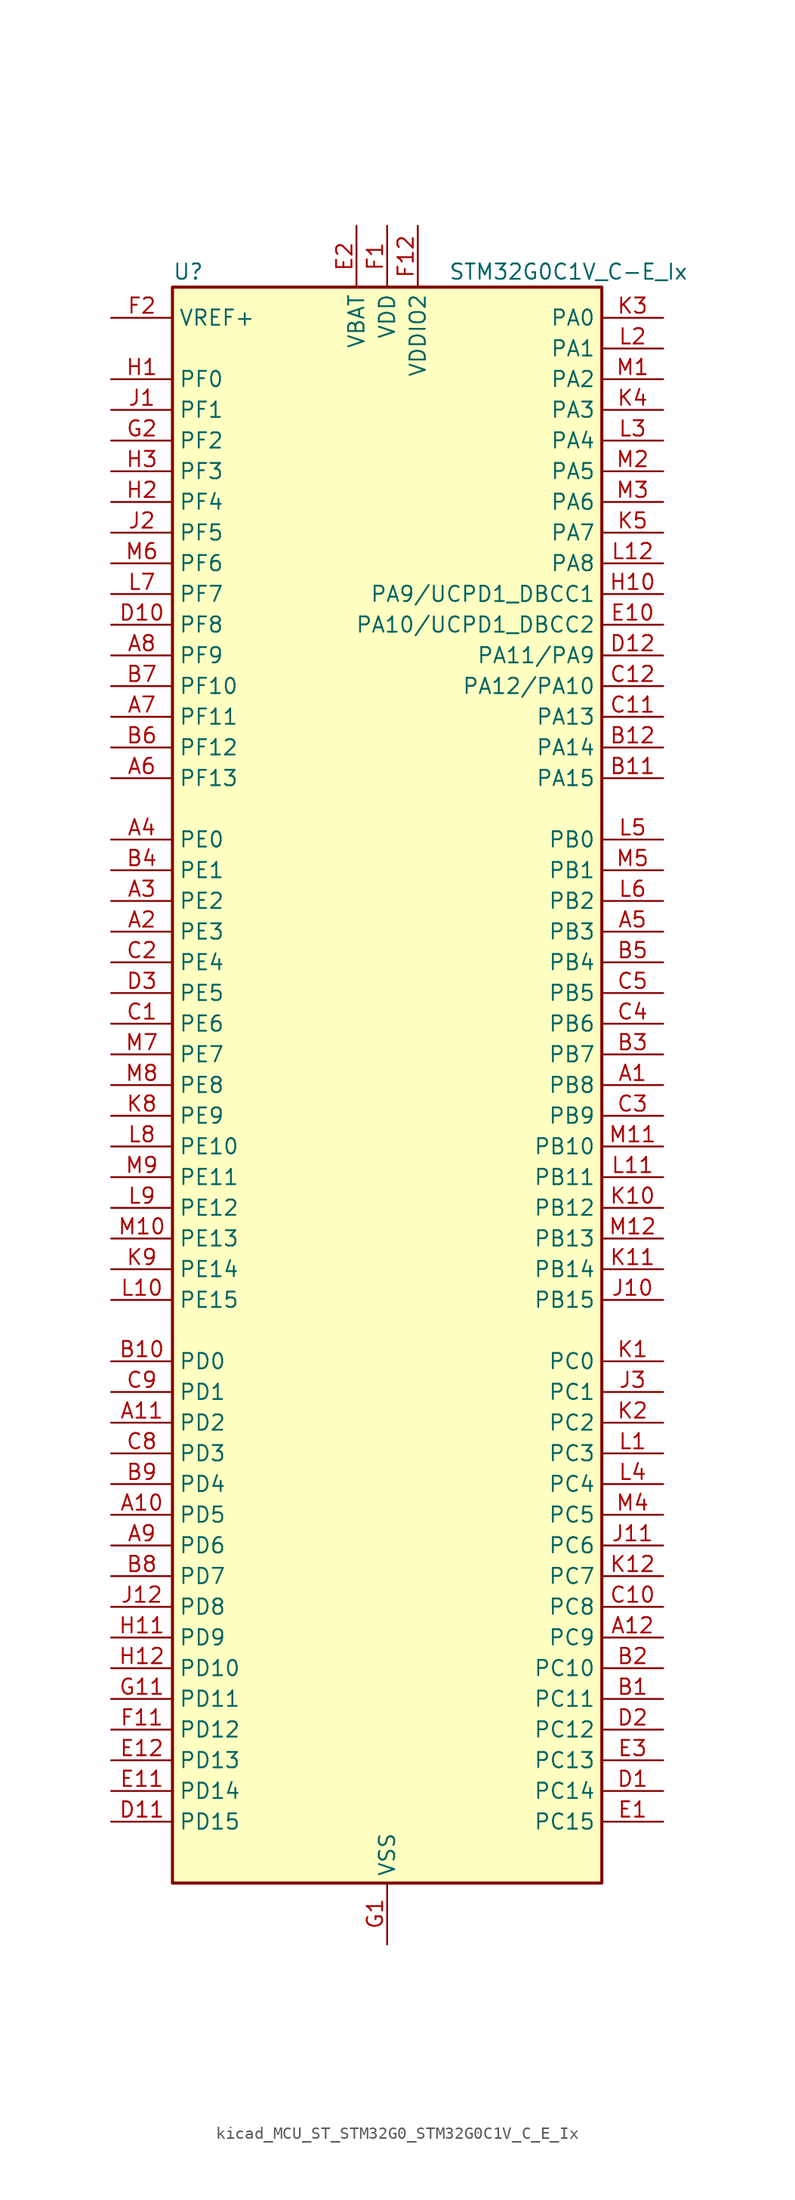
<source format=kicad_sym>
(kicad_symbol_lib
  (version 20220914)
  (generator kicad_symbol_editor)
  (symbol "kicad_MCU_ST_STM32G0_STM32G0C1V_C_E_Ix"
    (property "Reference" "U"
      (at -17.78 67.31 0)
      (effects (font (size 1.27 1.27)) (justify left)))
    (property "Value" "STM32G0C1V_C-E_Ix"
      (at 5.08 67.31 0)
      (effects (font (size 1.27 1.27)) (justify left)))
    (property "ki_locked" ""
      (at 0 0 0)
      (effects (font (size 1.27 1.27))))
    (symbol "kicad_MCU_ST_STM32G0_STM32G0C1V_C_E_Ix_0_1"
      (rectangle (start -17.78 -66.04) (end 17.78 66.04) (stroke (width 0.254) (type default)) (fill (type background))))
    (symbol "kicad_MCU_ST_STM32G0_STM32G0C1V_C_E_Ix_1_1"
      (pin bidirectional line (at 22.86 0 180) (length 5.08) (name "PB8" (effects (font (size 1.27 1.27)))) (number "A1" (effects (font (size 1.27 1.27)))) (alternate "CEC" bidirectional line) (alternate "FDCAN1_RX" bidirectional line) (alternate "I2C1_SCL" bidirectional line) (alternate "I2S2_CK" bidirectional line) (alternate "SPI2_SCK" bidirectional line) (alternate "TIM15_BK" bidirectional line) (alternate "TIM16_CH1" bidirectional line) (alternate "TIM4_CH3" bidirectional line) (alternate "USART3_TX" bidirectional line) (alternate "USART6_TX" bidirectional line))
      (pin bidirectional line (at -22.86 -35.56 0) (length 5.08) (name "PD5" (effects (font (size 1.27 1.27)))) (number "A10" (effects (font (size 1.27 1.27)))) (alternate "I2S1_MCK" bidirectional line) (alternate "SPI1_MISO" bidirectional line) (alternate "TIM1_BK" bidirectional line) (alternate "USART2_TX" bidirectional line) (alternate "USART5_CTS" bidirectional line) (alternate "USART5_NSS" bidirectional line))
      (pin bidirectional line (at -22.86 -27.94 0) (length 5.08) (name "PD2" (effects (font (size 1.27 1.27)))) (number "A11" (effects (font (size 1.27 1.27)))) (alternate "TIM1_CH1N" bidirectional line) (alternate "TIM3_ETR" bidirectional line) (alternate "UCPD2_CC2" bidirectional line) (alternate "USART3_CK" bidirectional line) (alternate "USART3_DE" bidirectional line) (alternate "USART3_RTS" bidirectional line) (alternate "USART5_RX" bidirectional line))
      (pin bidirectional line (at 22.86 -45.72 180) (length 5.08) (name "PC9" (effects (font (size 1.27 1.27)))) (number "A12" (effects (font (size 1.27 1.27)))) (alternate "DAC1_EXTI9" bidirectional line) (alternate "I2S_CKIN" bidirectional line) (alternate "LPUART2_DE" bidirectional line) (alternate "LPUART2_RTS" bidirectional line) (alternate "TIM1_CH2" bidirectional line) (alternate "TIM3_CH4" bidirectional line) (alternate "USB_NOE" bidirectional line))
      (pin bidirectional line (at -22.86 12.7 0) (length 5.08) (name "PE3" (effects (font (size 1.27 1.27)))) (number "A2" (effects (font (size 1.27 1.27)))) (alternate "TIM3_CH1" bidirectional line))
      (pin bidirectional line (at -22.86 15.24 0) (length 5.08) (name "PE2" (effects (font (size 1.27 1.27)))) (number "A3" (effects (font (size 1.27 1.27)))) (alternate "TIM3_ETR" bidirectional line))
      (pin bidirectional line (at -22.86 20.32 0) (length 5.08) (name "PE0" (effects (font (size 1.27 1.27)))) (number "A4" (effects (font (size 1.27 1.27)))) (alternate "TIM16_CH1" bidirectional line) (alternate "TIM4_ETR" bidirectional line))
      (pin bidirectional line (at 22.86 12.7 180) (length 5.08) (name "PB3" (effects (font (size 1.27 1.27)))) (number "A5" (effects (font (size 1.27 1.27)))) (alternate "COMP2_INM" bidirectional line) (alternate "I2C2_SCL" bidirectional line) (alternate "I2C3_SCL" bidirectional line) (alternate "I2S1_CK" bidirectional line) (alternate "SPI1_SCK" bidirectional line) (alternate "SPI3_SCK" bidirectional line) (alternate "TIM1_CH2" bidirectional line) (alternate "TIM2_CH2" bidirectional line) (alternate "USART1_CK" bidirectional line) (alternate "USART1_DE" bidirectional line) (alternate "USART1_RTS" bidirectional line) (alternate "USART5_TX" bidirectional line))
      (pin bidirectional line (at -22.86 25.4 0) (length 5.08) (name "PF13" (effects (font (size 1.27 1.27)))) (number "A6" (effects (font (size 1.27 1.27)))) (alternate "TIM15_CH2" bidirectional line))
      (pin bidirectional line (at -22.86 30.48 0) (length 5.08) (name "PF11" (effects (font (size 1.27 1.27)))) (number "A7" (effects (font (size 1.27 1.27)))) (alternate "ADC1_EXTI11" bidirectional line) (alternate "USART6_CK" bidirectional line) (alternate "USART6_DE" bidirectional line) (alternate "USART6_RTS" bidirectional line))
      (pin bidirectional line (at -22.86 35.56 0) (length 5.08) (name "PF9" (effects (font (size 1.27 1.27)))) (number "A8" (effects (font (size 1.27 1.27)))) (alternate "DAC1_EXTI9" bidirectional line) (alternate "USART6_TX" bidirectional line))
      (pin bidirectional line (at -22.86 -38.1 0) (length 5.08) (name "PD6" (effects (font (size 1.27 1.27)))) (number "A9" (effects (font (size 1.27 1.27)))) (alternate "I2S1_SD" bidirectional line) (alternate "LPTIM2_OUT" bidirectional line) (alternate "SPI1_MOSI" bidirectional line) (alternate "USART2_RX" bidirectional line))
      (pin bidirectional line (at 22.86 -50.8 180) (length 5.08) (name "PC11" (effects (font (size 1.27 1.27)))) (number "B1" (effects (font (size 1.27 1.27)))) (alternate "ADC1_EXTI11" bidirectional line) (alternate "SPI3_MISO" bidirectional line) (alternate "TIM1_CH4" bidirectional line) (alternate "USART3_RX" bidirectional line) (alternate "USART4_RX" bidirectional line))
      (pin bidirectional line (at -22.86 -22.86 0) (length 5.08) (name "PD0" (effects (font (size 1.27 1.27)))) (number "B10" (effects (font (size 1.27 1.27)))) (alternate "FDCAN1_RX" bidirectional line) (alternate "I2S2_WS" bidirectional line) (alternate "SPI2_NSS" bidirectional line) (alternate "TIM16_CH1" bidirectional line) (alternate "UCPD2_CC1" bidirectional line))
      (pin bidirectional line (at 22.86 25.4 180) (length 5.08) (name "PA15" (effects (font (size 1.27 1.27)))) (number "B11" (effects (font (size 1.27 1.27)))) (alternate "I2C2_SMBA" bidirectional line) (alternate "I2S1_WS" bidirectional line) (alternate "RCC_MCO_2" bidirectional line) (alternate "SPI1_NSS" bidirectional line) (alternate "SPI3_NSS" bidirectional line) (alternate "TIM2_CH1" bidirectional line) (alternate "TIM2_ETR" bidirectional line) (alternate "USART2_RX" bidirectional line) (alternate "USART3_CK" bidirectional line) (alternate "USART3_DE" bidirectional line) (alternate "USART3_RTS" bidirectional line) (alternate "USART4_CK" bidirectional line) (alternate "USART4_DE" bidirectional line) (alternate "USART4_RTS" bidirectional line) (alternate "USB_NOE" bidirectional line))
      (pin bidirectional line (at 22.86 27.94 180) (length 5.08) (name "PA14" (effects (font (size 1.27 1.27)))) (number "B12" (effects (font (size 1.27 1.27)))) (alternate "LPUART2_TX" bidirectional line) (alternate "SYS_SWCLK" bidirectional line) (alternate "USART2_TX" bidirectional line))
      (pin bidirectional line (at 22.86 -48.26 180) (length 5.08) (name "PC10" (effects (font (size 1.27 1.27)))) (number "B2" (effects (font (size 1.27 1.27)))) (alternate "SPI3_SCK" bidirectional line) (alternate "TIM1_CH3" bidirectional line) (alternate "USART3_TX" bidirectional line) (alternate "USART4_TX" bidirectional line))
      (pin bidirectional line (at 22.86 2.54 180) (length 5.08) (name "PB7" (effects (font (size 1.27 1.27)))) (number "B3" (effects (font (size 1.27 1.27)))) (alternate "COMP2_INM" bidirectional line) (alternate "I2C1_SDA" bidirectional line) (alternate "I2S2_SD" bidirectional line) (alternate "LPTIM1_IN2" bidirectional line) (alternate "LPUART2_RX" bidirectional line) (alternate "SPI2_MOSI" bidirectional line) (alternate "SYS_PVD_IN" bidirectional line) (alternate "TIM17_CH1N" bidirectional line) (alternate "TIM4_CH2" bidirectional line) (alternate "USART1_RX" bidirectional line) (alternate "USART4_CTS" bidirectional line) (alternate "USART4_NSS" bidirectional line))
      (pin bidirectional line (at -22.86 17.78 0) (length 5.08) (name "PE1" (effects (font (size 1.27 1.27)))) (number "B4" (effects (font (size 1.27 1.27)))) (alternate "TIM17_CH1" bidirectional line))
      (pin bidirectional line (at 22.86 10.16 180) (length 5.08) (name "PB4" (effects (font (size 1.27 1.27)))) (number "B5" (effects (font (size 1.27 1.27)))) (alternate "COMP2_INP" bidirectional line) (alternate "I2C2_SDA" bidirectional line) (alternate "I2C3_SDA" bidirectional line) (alternate "I2S1_MCK" bidirectional line) (alternate "SPI1_MISO" bidirectional line) (alternate "SPI3_MISO" bidirectional line) (alternate "TIM17_BK" bidirectional line) (alternate "TIM3_CH1" bidirectional line) (alternate "USART1_CTS" bidirectional line) (alternate "USART1_NSS" bidirectional line) (alternate "USART5_RX" bidirectional line))
      (pin bidirectional line (at -22.86 27.94 0) (length 5.08) (name "PF12" (effects (font (size 1.27 1.27)))) (number "B6" (effects (font (size 1.27 1.27)))) (alternate "TIM15_CH1" bidirectional line) (alternate "USART6_CTS" bidirectional line) (alternate "USART6_NSS" bidirectional line))
      (pin bidirectional line (at -22.86 33.02 0) (length 5.08) (name "PF10" (effects (font (size 1.27 1.27)))) (number "B7" (effects (font (size 1.27 1.27)))) (alternate "USART6_RX" bidirectional line))
      (pin bidirectional line (at -22.86 -40.64 0) (length 5.08) (name "PD7" (effects (font (size 1.27 1.27)))) (number "B8" (effects (font (size 1.27 1.27)))) (alternate "RCC_MCO_2" bidirectional line))
      (pin bidirectional line (at -22.86 -33.02 0) (length 5.08) (name "PD4" (effects (font (size 1.27 1.27)))) (number "B9" (effects (font (size 1.27 1.27)))) (alternate "I2S2_SD" bidirectional line) (alternate "SPI2_MOSI" bidirectional line) (alternate "TIM1_CH3N" bidirectional line) (alternate "USART2_CK" bidirectional line) (alternate "USART2_DE" bidirectional line) (alternate "USART2_RTS" bidirectional line) (alternate "USART5_CK" bidirectional line) (alternate "USART5_DE" bidirectional line) (alternate "USART5_RTS" bidirectional line))
      (pin bidirectional line (at -22.86 5.08 0) (length 5.08) (name "PE6" (effects (font (size 1.27 1.27)))) (number "C1" (effects (font (size 1.27 1.27)))) (alternate "RTC_TAMP_IN3" bidirectional line) (alternate "SYS_WKUP3" bidirectional line) (alternate "TIM3_CH4" bidirectional line))
      (pin bidirectional line (at 22.86 -43.18 180) (length 5.08) (name "PC8" (effects (font (size 1.27 1.27)))) (number "C10" (effects (font (size 1.27 1.27)))) (alternate "LPUART2_CTS" bidirectional line) (alternate "TIM1_CH1" bidirectional line) (alternate "TIM3_CH3" bidirectional line) (alternate "UCPD2_FRSTX1" bidirectional line) (alternate "UCPD2_FRSTX2" bidirectional line))
      (pin bidirectional line (at 22.86 30.48 180) (length 5.08) (name "PA13" (effects (font (size 1.27 1.27)))) (number "C11" (effects (font (size 1.27 1.27)))) (alternate "IR_OUT" bidirectional line) (alternate "LPUART2_RX" bidirectional line) (alternate "SYS_SWDIO" bidirectional line) (alternate "USB_NOE" bidirectional line))
      (pin bidirectional line (at 22.86 33.02 180) (length 5.08) (name "PA12/PA10" (effects (font (size 1.27 1.27)))) (number "C12" (effects (font (size 1.27 1.27)))) (alternate "COMP2_OUT" bidirectional line) (alternate "FDCAN1_TX" bidirectional line) (alternate "I2C2_SDA" bidirectional line) (alternate "I2S1_SD" bidirectional line) (alternate "I2S_CKIN" bidirectional line) (alternate "SPI1_MOSI" bidirectional line) (alternate "TIM1_ETR" bidirectional line) (alternate "USART1_CK" bidirectional line) (alternate "USART1_DE" bidirectional line) (alternate "USART1_RTS" bidirectional line) (alternate "USB_DP" bidirectional line))
      (pin bidirectional line (at -22.86 10.16 0) (length 5.08) (name "PE4" (effects (font (size 1.27 1.27)))) (number "C2" (effects (font (size 1.27 1.27)))) (alternate "TIM3_CH2" bidirectional line))
      (pin bidirectional line (at 22.86 -2.54 180) (length 5.08) (name "PB9" (effects (font (size 1.27 1.27)))) (number "C3" (effects (font (size 1.27 1.27)))) (alternate "DAC1_EXTI9" bidirectional line) (alternate "FDCAN1_TX" bidirectional line) (alternate "I2C1_SDA" bidirectional line) (alternate "I2S2_WS" bidirectional line) (alternate "IR_OUT" bidirectional line) (alternate "SPI2_NSS" bidirectional line) (alternate "TIM17_CH1" bidirectional line) (alternate "TIM4_CH4" bidirectional line) (alternate "UCPD2_FRSTX1" bidirectional line) (alternate "UCPD2_FRSTX2" bidirectional line) (alternate "USART3_RX" bidirectional line) (alternate "USART6_RX" bidirectional line))
      (pin bidirectional line (at 22.86 5.08 180) (length 5.08) (name "PB6" (effects (font (size 1.27 1.27)))) (number "C4" (effects (font (size 1.27 1.27)))) (alternate "COMP2_INP" bidirectional line) (alternate "FDCAN2_TX" bidirectional line) (alternate "I2C1_SCL" bidirectional line) (alternate "I2S2_MCK" bidirectional line) (alternate "LPTIM1_ETR" bidirectional line) (alternate "LPUART2_TX" bidirectional line) (alternate "SPI2_MISO" bidirectional line) (alternate "TIM16_CH1N" bidirectional line) (alternate "TIM1_CH3" bidirectional line) (alternate "TIM4_CH1" bidirectional line) (alternate "USART1_TX" bidirectional line) (alternate "USART5_CTS" bidirectional line) (alternate "USART5_NSS" bidirectional line))
      (pin bidirectional line (at 22.86 7.62 180) (length 5.08) (name "PB5" (effects (font (size 1.27 1.27)))) (number "C5" (effects (font (size 1.27 1.27)))) (alternate "COMP2_OUT" bidirectional line) (alternate "FDCAN2_RX" bidirectional line) (alternate "I2C1_SMBA" bidirectional line) (alternate "I2S1_SD" bidirectional line) (alternate "LPTIM1_IN1" bidirectional line) (alternate "SPI1_MOSI" bidirectional line) (alternate "SPI3_MOSI" bidirectional line) (alternate "SYS_WKUP6" bidirectional line) (alternate "TIM16_BK" bidirectional line) (alternate "TIM3_CH2" bidirectional line) (alternate "USART5_CK" bidirectional line) (alternate "USART5_DE" bidirectional line) (alternate "USART5_RTS" bidirectional line))
      (pin bidirectional line (at -22.86 -30.48 0) (length 5.08) (name "PD3" (effects (font (size 1.27 1.27)))) (number "C8" (effects (font (size 1.27 1.27)))) (alternate "I2S2_MCK" bidirectional line) (alternate "SPI2_MISO" bidirectional line) (alternate "TIM1_CH2N" bidirectional line) (alternate "UCPD2_DBCC2" bidirectional line) (alternate "USART2_CTS" bidirectional line) (alternate "USART2_NSS" bidirectional line) (alternate "USART5_TX" bidirectional line))
      (pin bidirectional line (at -22.86 -25.4 0) (length 5.08) (name "PD1" (effects (font (size 1.27 1.27)))) (number "C9" (effects (font (size 1.27 1.27)))) (alternate "FDCAN1_TX" bidirectional line) (alternate "I2S2_CK" bidirectional line) (alternate "SPI2_SCK" bidirectional line) (alternate "TIM17_CH1" bidirectional line) (alternate "UCPD2_DBCC1" bidirectional line))
      (pin bidirectional line (at 22.86 -58.42 180) (length 5.08) (name "PC14" (effects (font (size 1.27 1.27)))) (number "D1" (effects (font (size 1.27 1.27)))) (alternate "RCC_OSC32_IN" bidirectional line) (alternate "TIM1_BK2" bidirectional line))
      (pin bidirectional line (at -22.86 38.1 0) (length 5.08) (name "PF8" (effects (font (size 1.27 1.27)))) (number "D10" (effects (font (size 1.27 1.27)))))
      (pin bidirectional line (at -22.86 -60.96 0) (length 5.08) (name "PD15" (effects (font (size 1.27 1.27)))) (number "D11" (effects (font (size 1.27 1.27)))) (alternate "CRS1_SYNC" bidirectional line) (alternate "FDCAN2_TX" bidirectional line) (alternate "LPUART2_DE" bidirectional line) (alternate "LPUART2_RTS" bidirectional line) (alternate "TIM4_CH4" bidirectional line))
      (pin bidirectional line (at 22.86 35.56 180) (length 5.08) (name "PA11/PA9" (effects (font (size 1.27 1.27)))) (number "D12" (effects (font (size 1.27 1.27)))) (alternate "ADC1_EXTI11" bidirectional line) (alternate "COMP1_OUT" bidirectional line) (alternate "FDCAN1_RX" bidirectional line) (alternate "I2C2_SCL" bidirectional line) (alternate "I2S1_MCK" bidirectional line) (alternate "SPI1_MISO" bidirectional line) (alternate "TIM1_BK2" bidirectional line) (alternate "TIM1_CH4" bidirectional line) (alternate "USART1_CTS" bidirectional line) (alternate "USART1_NSS" bidirectional line) (alternate "USB_DM" bidirectional line))
      (pin bidirectional line (at 22.86 -53.34 180) (length 5.08) (name "PC12" (effects (font (size 1.27 1.27)))) (number "D2" (effects (font (size 1.27 1.27)))) (alternate "LPTIM1_IN1" bidirectional line) (alternate "SPI3_MOSI" bidirectional line) (alternate "TIM14_CH1" bidirectional line) (alternate "UCPD1_FRSTX1" bidirectional line) (alternate "UCPD1_FRSTX2" bidirectional line) (alternate "USART5_TX" bidirectional line))
      (pin bidirectional line (at -22.86 7.62 0) (length 5.08) (name "PE5" (effects (font (size 1.27 1.27)))) (number "D3" (effects (font (size 1.27 1.27)))) (alternate "TIM3_CH3" bidirectional line))
      (pin bidirectional line (at 22.86 -60.96 180) (length 5.08) (name "PC15" (effects (font (size 1.27 1.27)))) (number "E1" (effects (font (size 1.27 1.27)))) (alternate "RCC_OSC32_EN" bidirectional line) (alternate "RCC_OSC32_OUT" bidirectional line) (alternate "RCC_OSC_EN" bidirectional line) (alternate "TIM15_BK" bidirectional line))
      (pin bidirectional line (at 22.86 38.1 180) (length 5.08) (name "PA10/UCPD1_DBCC2" (effects (font (size 1.27 1.27)))) (number "E10" (effects (font (size 1.27 1.27)))) (alternate "I2C1_SDA" bidirectional line) (alternate "I2C2_SDA" bidirectional line) (alternate "I2S2_SD" bidirectional line) (alternate "RCC_MCO_2" bidirectional line) (alternate "SPI2_MOSI" bidirectional line) (alternate "TIM17_BK" bidirectional line) (alternate "TIM1_CH3" bidirectional line) (alternate "UCPD1_DBCC2" bidirectional line) (alternate "USART1_RX" bidirectional line))
      (pin bidirectional line (at -22.86 -58.42 0) (length 5.08) (name "PD14" (effects (font (size 1.27 1.27)))) (number "E11" (effects (font (size 1.27 1.27)))) (alternate "FDCAN2_RX" bidirectional line) (alternate "LPUART2_CTS" bidirectional line) (alternate "TIM4_CH3" bidirectional line))
      (pin bidirectional line (at -22.86 -55.88 0) (length 5.08) (name "PD13" (effects (font (size 1.27 1.27)))) (number "E12" (effects (font (size 1.27 1.27)))) (alternate "FDCAN1_TX" bidirectional line) (alternate "LPTIM2_OUT" bidirectional line) (alternate "TIM4_CH2" bidirectional line))
      (pin power_in line (at -2.54 71.12 270) (length 5.08) (name "VBAT" (effects (font (size 1.27 1.27)))) (number "E2" (effects (font (size 1.27 1.27)))))
      (pin bidirectional line (at 22.86 -55.88 180) (length 5.08) (name "PC13" (effects (font (size 1.27 1.27)))) (number "E3" (effects (font (size 1.27 1.27)))) (alternate "RTC_OUT1" bidirectional line) (alternate "RTC_TAMP_IN1" bidirectional line) (alternate "RTC_TS" bidirectional line) (alternate "SYS_WKUP2" bidirectional line) (alternate "TIM1_BK" bidirectional line))
      (pin power_in line (at 0 71.12 270) (length 5.08) (name "VDD" (effects (font (size 1.27 1.27)))) (number "F1" (effects (font (size 1.27 1.27)))))
      (pin bidirectional line (at -22.86 -53.34 0) (length 5.08) (name "PD12" (effects (font (size 1.27 1.27)))) (number "F11" (effects (font (size 1.27 1.27)))) (alternate "FDCAN1_RX" bidirectional line) (alternate "LPTIM2_IN1" bidirectional line) (alternate "TIM4_CH1" bidirectional line) (alternate "USART3_CK" bidirectional line) (alternate "USART3_DE" bidirectional line) (alternate "USART3_RTS" bidirectional line))
      (pin power_in line (at 2.54 71.12 270) (length 5.08) (name "VDDIO2" (effects (font (size 1.27 1.27)))) (number "F12" (effects (font (size 1.27 1.27)))))
      (pin input line (at -22.86 63.5 0) (length 5.08) (name "VREF+" (effects (font (size 1.27 1.27)))) (number "F2" (effects (font (size 1.27 1.27)))) (alternate "VREFBUF_OUT" bidirectional line))
      (pin power_in line (at 0 -71.12 90) (length 5.08) (name "VSS" (effects (font (size 1.27 1.27)))) (number "G1" (effects (font (size 1.27 1.27)))))
      (pin bidirectional line (at -22.86 -50.8 0) (length 5.08) (name "PD11" (effects (font (size 1.27 1.27)))) (number "G11" (effects (font (size 1.27 1.27)))) (alternate "ADC1_EXTI11" bidirectional line) (alternate "LPTIM2_ETR" bidirectional line) (alternate "USART3_CTS" bidirectional line) (alternate "USART3_NSS" bidirectional line))
      (pin passive line (at 0 -71.12 90) (length 5.08) hide (name "VSS" (effects (font (size 1.27 1.27)))) (number "G12" (effects (font (size 1.27 1.27)))))
      (pin bidirectional line (at -22.86 53.34 0) (length 5.08) (name "PF2" (effects (font (size 1.27 1.27)))) (number "G2" (effects (font (size 1.27 1.27)))) (alternate "LPUART2_DE" bidirectional line) (alternate "LPUART2_RTS" bidirectional line) (alternate "LPUART2_TX" bidirectional line) (alternate "RCC_MCO" bidirectional line))
      (pin bidirectional line (at -22.86 58.42 0) (length 5.08) (name "PF0" (effects (font (size 1.27 1.27)))) (number "H1" (effects (font (size 1.27 1.27)))) (alternate "CRS1_SYNC" bidirectional line) (alternate "RCC_OSC_IN" bidirectional line) (alternate "TIM14_CH1" bidirectional line))
      (pin bidirectional line (at 22.86 40.64 180) (length 5.08) (name "PA9/UCPD1_DBCC1" (effects (font (size 1.27 1.27)))) (number "H10" (effects (font (size 1.27 1.27)))) (alternate "DAC1_EXTI9" bidirectional line) (alternate "I2C1_SCL" bidirectional line) (alternate "I2C2_SCL" bidirectional line) (alternate "I2S2_MCK" bidirectional line) (alternate "RCC_MCO" bidirectional line) (alternate "SPI2_MISO" bidirectional line) (alternate "TIM15_BK" bidirectional line) (alternate "TIM1_CH2" bidirectional line) (alternate "UCPD1_DBCC1" bidirectional line) (alternate "USART1_TX" bidirectional line))
      (pin bidirectional line (at -22.86 -45.72 0) (length 5.08) (name "PD9" (effects (font (size 1.27 1.27)))) (number "H11" (effects (font (size 1.27 1.27)))) (alternate "DAC1_EXTI9" bidirectional line) (alternate "I2S1_WS" bidirectional line) (alternate "SPI1_NSS" bidirectional line) (alternate "TIM1_BK2" bidirectional line) (alternate "USART3_RX" bidirectional line))
      (pin bidirectional line (at -22.86 -48.26 0) (length 5.08) (name "PD10" (effects (font (size 1.27 1.27)))) (number "H12" (effects (font (size 1.27 1.27)))) (alternate "RCC_MCO" bidirectional line))
      (pin bidirectional line (at -22.86 48.26 0) (length 5.08) (name "PF4" (effects (font (size 1.27 1.27)))) (number "H2" (effects (font (size 1.27 1.27)))) (alternate "LPUART1_TX" bidirectional line))
      (pin bidirectional line (at -22.86 50.8 0) (length 5.08) (name "PF3" (effects (font (size 1.27 1.27)))) (number "H3" (effects (font (size 1.27 1.27)))) (alternate "LPUART2_RX" bidirectional line) (alternate "USART6_CK" bidirectional line) (alternate "USART6_DE" bidirectional line) (alternate "USART6_RTS" bidirectional line))
      (pin bidirectional line (at -22.86 55.88 0) (length 5.08) (name "PF1" (effects (font (size 1.27 1.27)))) (number "J1" (effects (font (size 1.27 1.27)))) (alternate "RCC_OSC_EN" bidirectional line) (alternate "RCC_OSC_OUT" bidirectional line) (alternate "TIM15_CH1N" bidirectional line))
      (pin bidirectional line (at 22.86 -17.78 180) (length 5.08) (name "PB15" (effects (font (size 1.27 1.27)))) (number "J10" (effects (font (size 1.27 1.27)))) (alternate "I2S2_SD" bidirectional line) (alternate "RTC_REFIN" bidirectional line) (alternate "SPI2_MOSI" bidirectional line) (alternate "TIM15_CH1N" bidirectional line) (alternate "TIM15_CH2" bidirectional line) (alternate "TIM1_CH3N" bidirectional line) (alternate "UCPD1_CC2" bidirectional line) (alternate "USART6_CTS" bidirectional line) (alternate "USART6_NSS" bidirectional line))
      (pin bidirectional line (at 22.86 -38.1 180) (length 5.08) (name "PC6" (effects (font (size 1.27 1.27)))) (number "J11" (effects (font (size 1.27 1.27)))) (alternate "LPUART2_TX" bidirectional line) (alternate "TIM2_CH3" bidirectional line) (alternate "TIM3_CH1" bidirectional line) (alternate "UCPD1_FRSTX1" bidirectional line) (alternate "UCPD1_FRSTX2" bidirectional line))
      (pin bidirectional line (at -22.86 -43.18 0) (length 5.08) (name "PD8" (effects (font (size 1.27 1.27)))) (number "J12" (effects (font (size 1.27 1.27)))) (alternate "I2S1_CK" bidirectional line) (alternate "LPTIM1_OUT" bidirectional line) (alternate "SPI1_SCK" bidirectional line) (alternate "USART3_TX" bidirectional line))
      (pin bidirectional line (at -22.86 45.72 0) (length 5.08) (name "PF5" (effects (font (size 1.27 1.27)))) (number "J2" (effects (font (size 1.27 1.27)))) (alternate "LPUART1_RX" bidirectional line))
      (pin bidirectional line (at 22.86 -25.4 180) (length 5.08) (name "PC1" (effects (font (size 1.27 1.27)))) (number "J3" (effects (font (size 1.27 1.27)))) (alternate "COMP3_INP" bidirectional line) (alternate "I2C3_SDA" bidirectional line) (alternate "LPTIM1_OUT" bidirectional line) (alternate "LPUART1_TX" bidirectional line) (alternate "LPUART2_RX" bidirectional line) (alternate "TIM15_CH1" bidirectional line) (alternate "USART6_RX" bidirectional line))
      (pin bidirectional line (at 22.86 -22.86 180) (length 5.08) (name "PC0" (effects (font (size 1.27 1.27)))) (number "K1" (effects (font (size 1.27 1.27)))) (alternate "COMP3_INM" bidirectional line) (alternate "COMP3_OUT" bidirectional line) (alternate "I2C3_SCL" bidirectional line) (alternate "LPTIM1_IN1" bidirectional line) (alternate "LPTIM2_IN1" bidirectional line) (alternate "LPUART1_RX" bidirectional line) (alternate "LPUART2_TX" bidirectional line) (alternate "USART6_TX" bidirectional line))
      (pin bidirectional line (at 22.86 -10.16 180) (length 5.08) (name "PB12" (effects (font (size 1.27 1.27)))) (number "K10" (effects (font (size 1.27 1.27)))) (alternate "ADC1_IN16" bidirectional line) (alternate "FDCAN2_RX" bidirectional line) (alternate "I2C2_SMBA" bidirectional line) (alternate "I2S2_WS" bidirectional line) (alternate "LPUART1_DE" bidirectional line) (alternate "LPUART1_RTS" bidirectional line) (alternate "SPI2_NSS" bidirectional line) (alternate "TIM15_BK" bidirectional line) (alternate "TIM1_BK" bidirectional line) (alternate "UCPD2_FRSTX1" bidirectional line) (alternate "UCPD2_FRSTX2" bidirectional line))
      (pin bidirectional line (at 22.86 -15.24 180) (length 5.08) (name "PB14" (effects (font (size 1.27 1.27)))) (number "K11" (effects (font (size 1.27 1.27)))) (alternate "I2C2_SDA" bidirectional line) (alternate "I2S2_MCK" bidirectional line) (alternate "SPI2_MISO" bidirectional line) (alternate "TIM15_CH1" bidirectional line) (alternate "TIM1_CH2N" bidirectional line) (alternate "UCPD1_FRSTX1" bidirectional line) (alternate "UCPD1_FRSTX2" bidirectional line) (alternate "USART3_CK" bidirectional line) (alternate "USART3_DE" bidirectional line) (alternate "USART3_RTS" bidirectional line) (alternate "USART6_CK" bidirectional line) (alternate "USART6_DE" bidirectional line) (alternate "USART6_RTS" bidirectional line))
      (pin bidirectional line (at 22.86 -40.64 180) (length 5.08) (name "PC7" (effects (font (size 1.27 1.27)))) (number "K12" (effects (font (size 1.27 1.27)))) (alternate "LPUART2_RX" bidirectional line) (alternate "TIM2_CH4" bidirectional line) (alternate "TIM3_CH2" bidirectional line) (alternate "UCPD2_FRSTX1" bidirectional line) (alternate "UCPD2_FRSTX2" bidirectional line))
      (pin bidirectional line (at 22.86 -27.94 180) (length 5.08) (name "PC2" (effects (font (size 1.27 1.27)))) (number "K2" (effects (font (size 1.27 1.27)))) (alternate "COMP3_OUT" bidirectional line) (alternate "FDCAN2_RX" bidirectional line) (alternate "I2S2_MCK" bidirectional line) (alternate "LPTIM1_IN2" bidirectional line) (alternate "SPI2_MISO" bidirectional line) (alternate "TIM15_CH2" bidirectional line))
      (pin bidirectional line (at 22.86 63.5 180) (length 5.08) (name "PA0" (effects (font (size 1.27 1.27)))) (number "K3" (effects (font (size 1.27 1.27)))) (alternate "ADC1_IN0" bidirectional line) (alternate "COMP1_INM" bidirectional line) (alternate "COMP1_OUT" bidirectional line) (alternate "I2S2_CK" bidirectional line) (alternate "LPTIM1_OUT" bidirectional line) (alternate "RTC_TAMP_IN2" bidirectional line) (alternate "SPI2_SCK" bidirectional line) (alternate "SYS_WKUP1" bidirectional line) (alternate "TIM2_CH1" bidirectional line) (alternate "TIM2_ETR" bidirectional line) (alternate "UCPD2_FRSTX1" bidirectional line) (alternate "UCPD2_FRSTX2" bidirectional line) (alternate "USART2_CTS" bidirectional line) (alternate "USART2_NSS" bidirectional line) (alternate "USART4_TX" bidirectional line))
      (pin bidirectional line (at 22.86 55.88 180) (length 5.08) (name "PA3" (effects (font (size 1.27 1.27)))) (number "K4" (effects (font (size 1.27 1.27)))) (alternate "ADC1_IN3" bidirectional line) (alternate "COMP2_INP" bidirectional line) (alternate "I2S2_MCK" bidirectional line) (alternate "LPUART1_RX" bidirectional line) (alternate "SPI2_MISO" bidirectional line) (alternate "TIM15_CH2" bidirectional line) (alternate "TIM2_CH4" bidirectional line) (alternate "UCPD2_FRSTX1" bidirectional line) (alternate "UCPD2_FRSTX2" bidirectional line) (alternate "USART2_RX" bidirectional line))
      (pin bidirectional line (at 22.86 45.72 180) (length 5.08) (name "PA7" (effects (font (size 1.27 1.27)))) (number "K5" (effects (font (size 1.27 1.27)))) (alternate "ADC1_IN7" bidirectional line) (alternate "COMP2_OUT" bidirectional line) (alternate "I2C2_SCL" bidirectional line) (alternate "I2C3_SCL" bidirectional line) (alternate "I2S1_SD" bidirectional line) (alternate "SPI1_MOSI" bidirectional line) (alternate "TIM14_CH1" bidirectional line) (alternate "TIM17_CH1" bidirectional line) (alternate "TIM1_CH1N" bidirectional line) (alternate "TIM3_CH2" bidirectional line) (alternate "UCPD1_FRSTX1" bidirectional line) (alternate "UCPD1_FRSTX2" bidirectional line) (alternate "USART6_CK" bidirectional line) (alternate "USART6_DE" bidirectional line) (alternate "USART6_RTS" bidirectional line))
      (pin bidirectional line (at -22.86 -2.54 0) (length 5.08) (name "PE9" (effects (font (size 1.27 1.27)))) (number "K8" (effects (font (size 1.27 1.27)))) (alternate "DAC1_EXTI9" bidirectional line) (alternate "TIM1_CH1" bidirectional line) (alternate "USART4_RX" bidirectional line))
      (pin bidirectional line (at -22.86 -15.24 0) (length 5.08) (name "PE14" (effects (font (size 1.27 1.27)))) (number "K9" (effects (font (size 1.27 1.27)))) (alternate "I2S1_MCK" bidirectional line) (alternate "SPI1_MISO" bidirectional line) (alternate "TIM1_BK2" bidirectional line) (alternate "TIM1_CH4" bidirectional line))
      (pin bidirectional line (at 22.86 -30.48 180) (length 5.08) (name "PC3" (effects (font (size 1.27 1.27)))) (number "L1" (effects (font (size 1.27 1.27)))) (alternate "FDCAN2_TX" bidirectional line) (alternate "I2S2_SD" bidirectional line) (alternate "LPTIM1_ETR" bidirectional line) (alternate "LPTIM2_ETR" bidirectional line) (alternate "SPI2_MOSI" bidirectional line))
      (pin bidirectional line (at -22.86 -17.78 0) (length 5.08) (name "PE15" (effects (font (size 1.27 1.27)))) (number "L10" (effects (font (size 1.27 1.27)))) (alternate "I2S1_SD" bidirectional line) (alternate "SPI1_MOSI" bidirectional line) (alternate "TIM1_BK" bidirectional line))
      (pin bidirectional line (at 22.86 -7.62 180) (length 5.08) (name "PB11" (effects (font (size 1.27 1.27)))) (number "L11" (effects (font (size 1.27 1.27)))) (alternate "ADC1_EXTI11" bidirectional line) (alternate "ADC1_IN15" bidirectional line) (alternate "COMP2_OUT" bidirectional line) (alternate "I2C2_SDA" bidirectional line) (alternate "I2S2_SD" bidirectional line) (alternate "LPUART1_TX" bidirectional line) (alternate "SPI2_MOSI" bidirectional line) (alternate "TIM2_CH4" bidirectional line) (alternate "USART3_RX" bidirectional line))
      (pin bidirectional line (at 22.86 43.18 180) (length 5.08) (name "PA8" (effects (font (size 1.27 1.27)))) (number "L12" (effects (font (size 1.27 1.27)))) (alternate "CRS1_SYNC" bidirectional line) (alternate "I2C2_SMBA" bidirectional line) (alternate "I2S2_WS" bidirectional line) (alternate "LPTIM2_OUT" bidirectional line) (alternate "RCC_MCO" bidirectional line) (alternate "SPI2_NSS" bidirectional line) (alternate "TIM1_CH1" bidirectional line) (alternate "UCPD1_CC1" bidirectional line))
      (pin bidirectional line (at 22.86 60.96 180) (length 5.08) (name "PA1" (effects (font (size 1.27 1.27)))) (number "L2" (effects (font (size 1.27 1.27)))) (alternate "ADC1_IN1" bidirectional line) (alternate "COMP1_INP" bidirectional line) (alternate "I2C1_SMBA" bidirectional line) (alternate "I2S1_CK" bidirectional line) (alternate "SPI1_SCK" bidirectional line) (alternate "TIM15_CH1N" bidirectional line) (alternate "TIM2_CH2" bidirectional line) (alternate "USART2_CK" bidirectional line) (alternate "USART2_DE" bidirectional line) (alternate "USART2_RTS" bidirectional line) (alternate "USART4_RX" bidirectional line))
      (pin bidirectional line (at 22.86 53.34 180) (length 5.08) (name "PA4" (effects (font (size 1.27 1.27)))) (number "L3" (effects (font (size 1.27 1.27)))) (alternate "ADC1_IN4" bidirectional line) (alternate "DAC1_OUT1" bidirectional line) (alternate "I2S1_WS" bidirectional line) (alternate "I2S2_SD" bidirectional line) (alternate "LPTIM2_OUT" bidirectional line) (alternate "RTC_OUT2" bidirectional line) (alternate "SPI1_NSS" bidirectional line) (alternate "SPI2_MOSI" bidirectional line) (alternate "SPI3_NSS" bidirectional line) (alternate "TIM14_CH1" bidirectional line) (alternate "UCPD2_FRSTX1" bidirectional line) (alternate "UCPD2_FRSTX2" bidirectional line) (alternate "USART6_TX" bidirectional line) (alternate "USB_NOE" bidirectional line))
      (pin bidirectional line (at 22.86 -33.02 180) (length 5.08) (name "PC4" (effects (font (size 1.27 1.27)))) (number "L4" (effects (font (size 1.27 1.27)))) (alternate "ADC1_IN17" bidirectional line) (alternate "COMP1_INM" bidirectional line) (alternate "FDCAN1_RX" bidirectional line) (alternate "TIM2_CH1" bidirectional line) (alternate "TIM2_ETR" bidirectional line) (alternate "USART1_TX" bidirectional line) (alternate "USART3_TX" bidirectional line))
      (pin bidirectional line (at 22.86 20.32 180) (length 5.08) (name "PB0" (effects (font (size 1.27 1.27)))) (number "L5" (effects (font (size 1.27 1.27)))) (alternate "ADC1_IN8" bidirectional line) (alternate "COMP1_OUT" bidirectional line) (alternate "COMP3_INP" bidirectional line) (alternate "FDCAN2_RX" bidirectional line) (alternate "I2S1_WS" bidirectional line) (alternate "LPTIM1_OUT" bidirectional line) (alternate "LPUART2_CTS" bidirectional line) (alternate "SPI1_NSS" bidirectional line) (alternate "TIM1_CH2N" bidirectional line) (alternate "TIM3_CH3" bidirectional line) (alternate "UCPD1_FRSTX1" bidirectional line) (alternate "UCPD1_FRSTX2" bidirectional line) (alternate "USART3_RX" bidirectional line) (alternate "USART5_TX" bidirectional line))
      (pin bidirectional line (at 22.86 15.24 180) (length 5.08) (name "PB2" (effects (font (size 1.27 1.27)))) (number "L6" (effects (font (size 1.27 1.27)))) (alternate "ADC1_IN10" bidirectional line) (alternate "COMP1_INP" bidirectional line) (alternate "COMP3_INM" bidirectional line) (alternate "I2S2_MCK" bidirectional line) (alternate "LPTIM1_OUT" bidirectional line) (alternate "RCC_MCO_2" bidirectional line) (alternate "SPI2_MISO" bidirectional line) (alternate "USART3_TX" bidirectional line))
      (pin bidirectional line (at -22.86 40.64 0) (length 5.08) (name "PF7" (effects (font (size 1.27 1.27)))) (number "L7" (effects (font (size 1.27 1.27)))) (alternate "LPUART1_CTS" bidirectional line) (alternate "USART5_CTS" bidirectional line) (alternate "USART5_NSS" bidirectional line))
      (pin bidirectional line (at -22.86 -5.08 0) (length 5.08) (name "PE10" (effects (font (size 1.27 1.27)))) (number "L8" (effects (font (size 1.27 1.27)))) (alternate "TIM1_CH2N" bidirectional line) (alternate "USART5_TX" bidirectional line))
      (pin bidirectional line (at -22.86 -10.16 0) (length 5.08) (name "PE12" (effects (font (size 1.27 1.27)))) (number "L9" (effects (font (size 1.27 1.27)))) (alternate "I2S1_WS" bidirectional line) (alternate "SPI1_NSS" bidirectional line) (alternate "TIM1_CH3N" bidirectional line))
      (pin bidirectional line (at 22.86 58.42 180) (length 5.08) (name "PA2" (effects (font (size 1.27 1.27)))) (number "M1" (effects (font (size 1.27 1.27)))) (alternate "ADC1_IN2" bidirectional line) (alternate "COMP2_INM" bidirectional line) (alternate "COMP2_OUT" bidirectional line) (alternate "I2S1_SD" bidirectional line) (alternate "LPUART1_TX" bidirectional line) (alternate "RCC_LSCO" bidirectional line) (alternate "SPI1_MOSI" bidirectional line) (alternate "SYS_WKUP4" bidirectional line) (alternate "TIM15_CH1" bidirectional line) (alternate "TIM2_CH3" bidirectional line) (alternate "UCPD1_FRSTX1" bidirectional line) (alternate "UCPD1_FRSTX2" bidirectional line) (alternate "USART2_TX" bidirectional line))
      (pin bidirectional line (at -22.86 -12.7 0) (length 5.08) (name "PE13" (effects (font (size 1.27 1.27)))) (number "M10" (effects (font (size 1.27 1.27)))) (alternate "I2S1_CK" bidirectional line) (alternate "SPI1_SCK" bidirectional line) (alternate "TIM1_CH3" bidirectional line))
      (pin bidirectional line (at 22.86 -5.08 180) (length 5.08) (name "PB10" (effects (font (size 1.27 1.27)))) (number "M11" (effects (font (size 1.27 1.27)))) (alternate "ADC1_IN11" bidirectional line) (alternate "CEC" bidirectional line) (alternate "COMP1_OUT" bidirectional line) (alternate "I2C2_SCL" bidirectional line) (alternate "I2S2_CK" bidirectional line) (alternate "LPUART1_RX" bidirectional line) (alternate "SPI2_SCK" bidirectional line) (alternate "TIM2_CH3" bidirectional line) (alternate "USART3_TX" bidirectional line))
      (pin bidirectional line (at 22.86 -12.7 180) (length 5.08) (name "PB13" (effects (font (size 1.27 1.27)))) (number "M12" (effects (font (size 1.27 1.27)))) (alternate "FDCAN2_TX" bidirectional line) (alternate "I2C2_SCL" bidirectional line) (alternate "I2S2_CK" bidirectional line) (alternate "LPUART1_CTS" bidirectional line) (alternate "SPI2_SCK" bidirectional line) (alternate "TIM15_CH1N" bidirectional line) (alternate "TIM1_CH1N" bidirectional line) (alternate "USART3_CTS" bidirectional line) (alternate "USART3_NSS" bidirectional line))
      (pin bidirectional line (at 22.86 50.8 180) (length 5.08) (name "PA5" (effects (font (size 1.27 1.27)))) (number "M2" (effects (font (size 1.27 1.27)))) (alternate "ADC1_IN5" bidirectional line) (alternate "CEC" bidirectional line) (alternate "DAC1_OUT2" bidirectional line) (alternate "I2S1_CK" bidirectional line) (alternate "LPTIM2_ETR" bidirectional line) (alternate "SPI1_SCK" bidirectional line) (alternate "TIM2_CH1" bidirectional line) (alternate "TIM2_ETR" bidirectional line) (alternate "UCPD1_FRSTX1" bidirectional line) (alternate "UCPD1_FRSTX2" bidirectional line) (alternate "USART3_TX" bidirectional line) (alternate "USART6_RX" bidirectional line))
      (pin bidirectional line (at 22.86 48.26 180) (length 5.08) (name "PA6" (effects (font (size 1.27 1.27)))) (number "M3" (effects (font (size 1.27 1.27)))) (alternate "ADC1_IN6" bidirectional line) (alternate "COMP1_OUT" bidirectional line) (alternate "I2C2_SDA" bidirectional line) (alternate "I2C3_SDA" bidirectional line) (alternate "I2S1_MCK" bidirectional line) (alternate "LPUART1_CTS" bidirectional line) (alternate "SPI1_MISO" bidirectional line) (alternate "TIM16_CH1" bidirectional line) (alternate "TIM1_BK" bidirectional line) (alternate "TIM3_CH1" bidirectional line) (alternate "USART3_CTS" bidirectional line) (alternate "USART3_NSS" bidirectional line) (alternate "USART6_CTS" bidirectional line) (alternate "USART6_NSS" bidirectional line))
      (pin bidirectional line (at 22.86 -35.56 180) (length 5.08) (name "PC5" (effects (font (size 1.27 1.27)))) (number "M4" (effects (font (size 1.27 1.27)))) (alternate "ADC1_IN18" bidirectional line) (alternate "COMP1_INP" bidirectional line) (alternate "FDCAN1_TX" bidirectional line) (alternate "SYS_WKUP5" bidirectional line) (alternate "TIM2_CH2" bidirectional line) (alternate "USART1_RX" bidirectional line) (alternate "USART3_RX" bidirectional line))
      (pin bidirectional line (at 22.86 17.78 180) (length 5.08) (name "PB1" (effects (font (size 1.27 1.27)))) (number "M5" (effects (font (size 1.27 1.27)))) (alternate "ADC1_IN9" bidirectional line) (alternate "COMP1_INM" bidirectional line) (alternate "COMP3_OUT" bidirectional line) (alternate "FDCAN2_TX" bidirectional line) (alternate "LPTIM2_IN1" bidirectional line) (alternate "LPUART1_DE" bidirectional line) (alternate "LPUART1_RTS" bidirectional line) (alternate "LPUART2_DE" bidirectional line) (alternate "LPUART2_RTS" bidirectional line) (alternate "TIM14_CH1" bidirectional line) (alternate "TIM1_CH3N" bidirectional line) (alternate "TIM3_CH4" bidirectional line) (alternate "USART3_CK" bidirectional line) (alternate "USART3_DE" bidirectional line) (alternate "USART3_RTS" bidirectional line) (alternate "USART5_RX" bidirectional line))
      (pin bidirectional line (at -22.86 43.18 0) (length 5.08) (name "PF6" (effects (font (size 1.27 1.27)))) (number "M6" (effects (font (size 1.27 1.27)))) (alternate "LPUART1_DE" bidirectional line) (alternate "LPUART1_RTS" bidirectional line))
      (pin bidirectional line (at -22.86 2.54 0) (length 5.08) (name "PE7" (effects (font (size 1.27 1.27)))) (number "M7" (effects (font (size 1.27 1.27)))) (alternate "COMP3_INP" bidirectional line) (alternate "TIM1_ETR" bidirectional line) (alternate "USART5_CK" bidirectional line) (alternate "USART5_DE" bidirectional line) (alternate "USART5_RTS" bidirectional line))
      (pin bidirectional line (at -22.86 0 0) (length 5.08) (name "PE8" (effects (font (size 1.27 1.27)))) (number "M8" (effects (font (size 1.27 1.27)))) (alternate "COMP3_INM" bidirectional line) (alternate "TIM1_CH1N" bidirectional line) (alternate "USART4_TX" bidirectional line))
      (pin bidirectional line (at -22.86 -7.62 0) (length 5.08) (name "PE11" (effects (font (size 1.27 1.27)))) (number "M9" (effects (font (size 1.27 1.27)))) (alternate "ADC1_EXTI11" bidirectional line) (alternate "TIM1_CH2" bidirectional line) (alternate "USART5_RX" bidirectional line)))))
</source>
